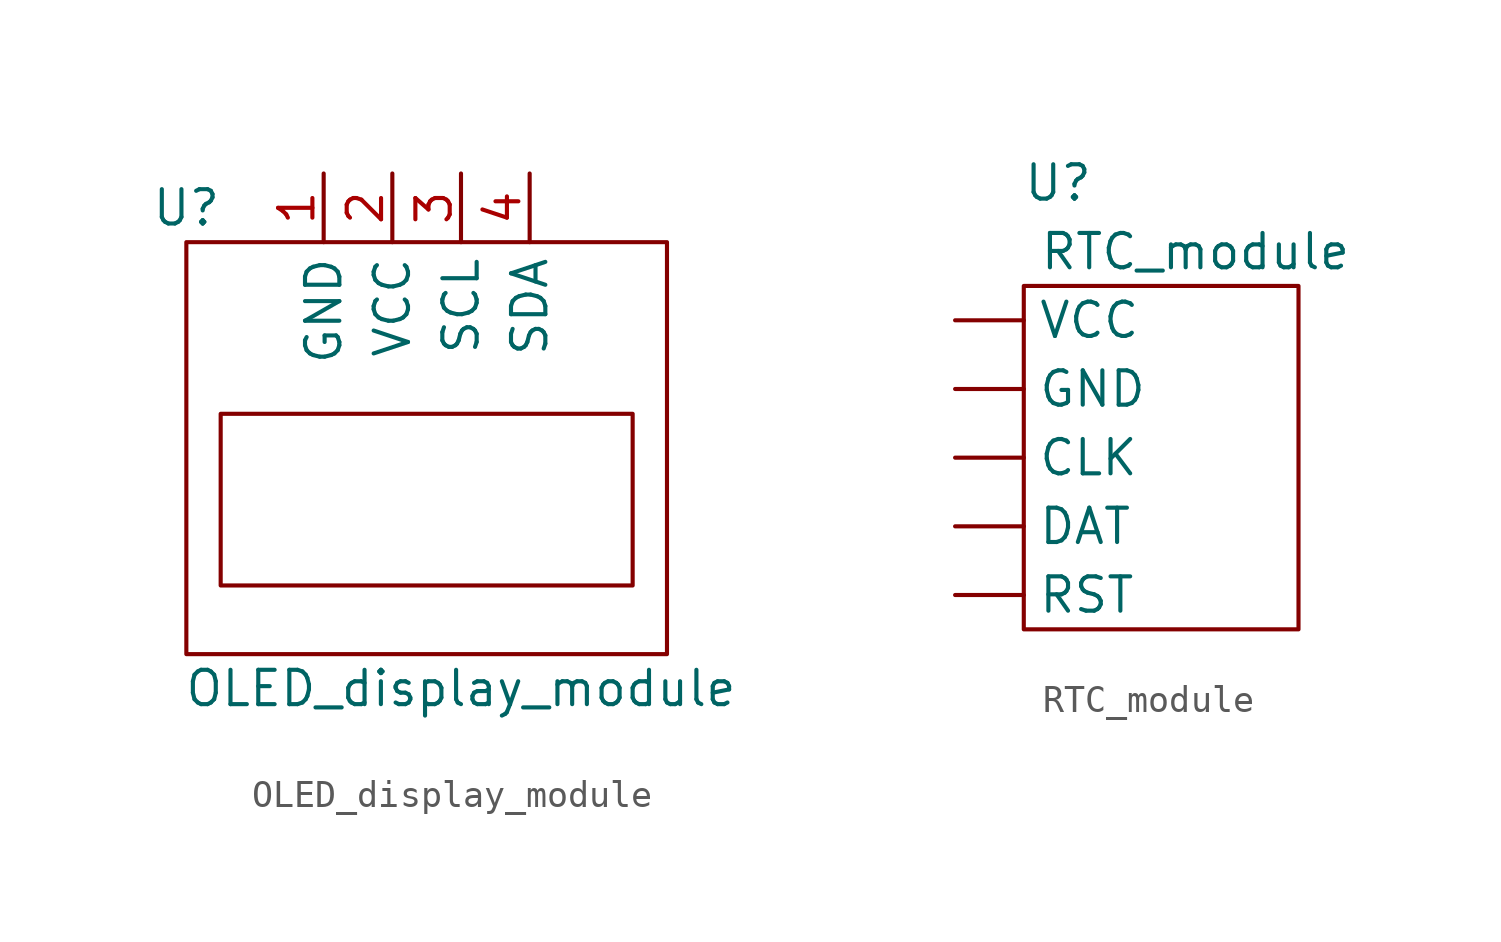
<source format=kicad_sym>
(kicad_symbol_lib
  (version 20211014)
  (generator kicad_symbol_editor)
  (symbol "OLED_display_module"
    (property "Reference" "U"
      (at -8.89 6.35 0)
      (effects (font (size 1.27 1.27))))
    (property "Value" "OLED_display_module"
      (at 1.27 -11.43 0)
      (effects (font (size 1.27 1.27))))
    (symbol "OLED_display_module_0_1"
      (rectangle (start -8.89 5.08) (end 8.89 -10.16) (stroke (width 0) (type default) (color 0 0 0 0)) (fill (type none)))
      (rectangle (start -7.62 -1.27) (end 7.62 -7.62) (stroke (width 0) (type default) (color 0 0 0 0)) (fill (type none))))
    (symbol "OLED_display_module_1_1"
      (pin power_in line (at -3.81 7.62 270) (length 2.54) (name "GND" (effects (font (size 1.27 1.27)))) (number "1" (effects (font (size 1.27 1.27)))))
      (pin power_in line (at -1.27 7.62 270) (length 2.54) (name "VCC" (effects (font (size 1.27 1.27)))) (number "2" (effects (font (size 1.27 1.27)))))
      (pin input line (at 1.27 7.62 270) (length 2.54) (name "SCL" (effects (font (size 1.27 1.27)))) (number "3" (effects (font (size 1.27 1.27)))))
      (pin input line (at 3.81 7.62 270) (length 2.54) (name "SDA" (effects (font (size 1.27 1.27)))) (number "4" (effects (font (size 1.27 1.27)))))))
  (symbol "RTC_module"
    (property "Reference" "U"
      (at -3.81 10.16 0)
      (effects (font (size 1.27 1.27))))
    (property "Value" "RTC_module"
      (at 1.27 7.62 0)
      (effects (font (size 1.27 1.27))))
    (symbol "RTC_module_0_1"
      (rectangle (start -5.08 6.35) (end 5.08 -6.35) (stroke (width 0) (type default) (color 0 0 0 0)) (fill (type none))))
    (symbol "RTC_module_1_1"
      (pin input line (at -7.62 0 0) (length 2.54) (name "CLK" (effects (font (size 1.27 1.27)))) (number "" (effects (font (size 1.27 1.27)))))
      (pin input line (at -7.62 -2.54 0) (length 2.54) (name "DAT" (effects (font (size 1.27 1.27)))) (number "" (effects (font (size 1.27 1.27)))))
      (pin power_in line (at -7.62 2.54 0) (length 2.54) (name "GND" (effects (font (size 1.27 1.27)))) (number "" (effects (font (size 1.27 1.27)))))
      (pin input line (at -7.62 -5.08 0) (length 2.54) (name "RST" (effects (font (size 1.27 1.27)))) (number "" (effects (font (size 1.27 1.27)))))
      (pin power_in line (at -7.62 5.08 0) (length 2.54) (name "VCC" (effects (font (size 1.27 1.27)))) (number "" (effects (font (size 1.27 1.27))))))))
</source>
